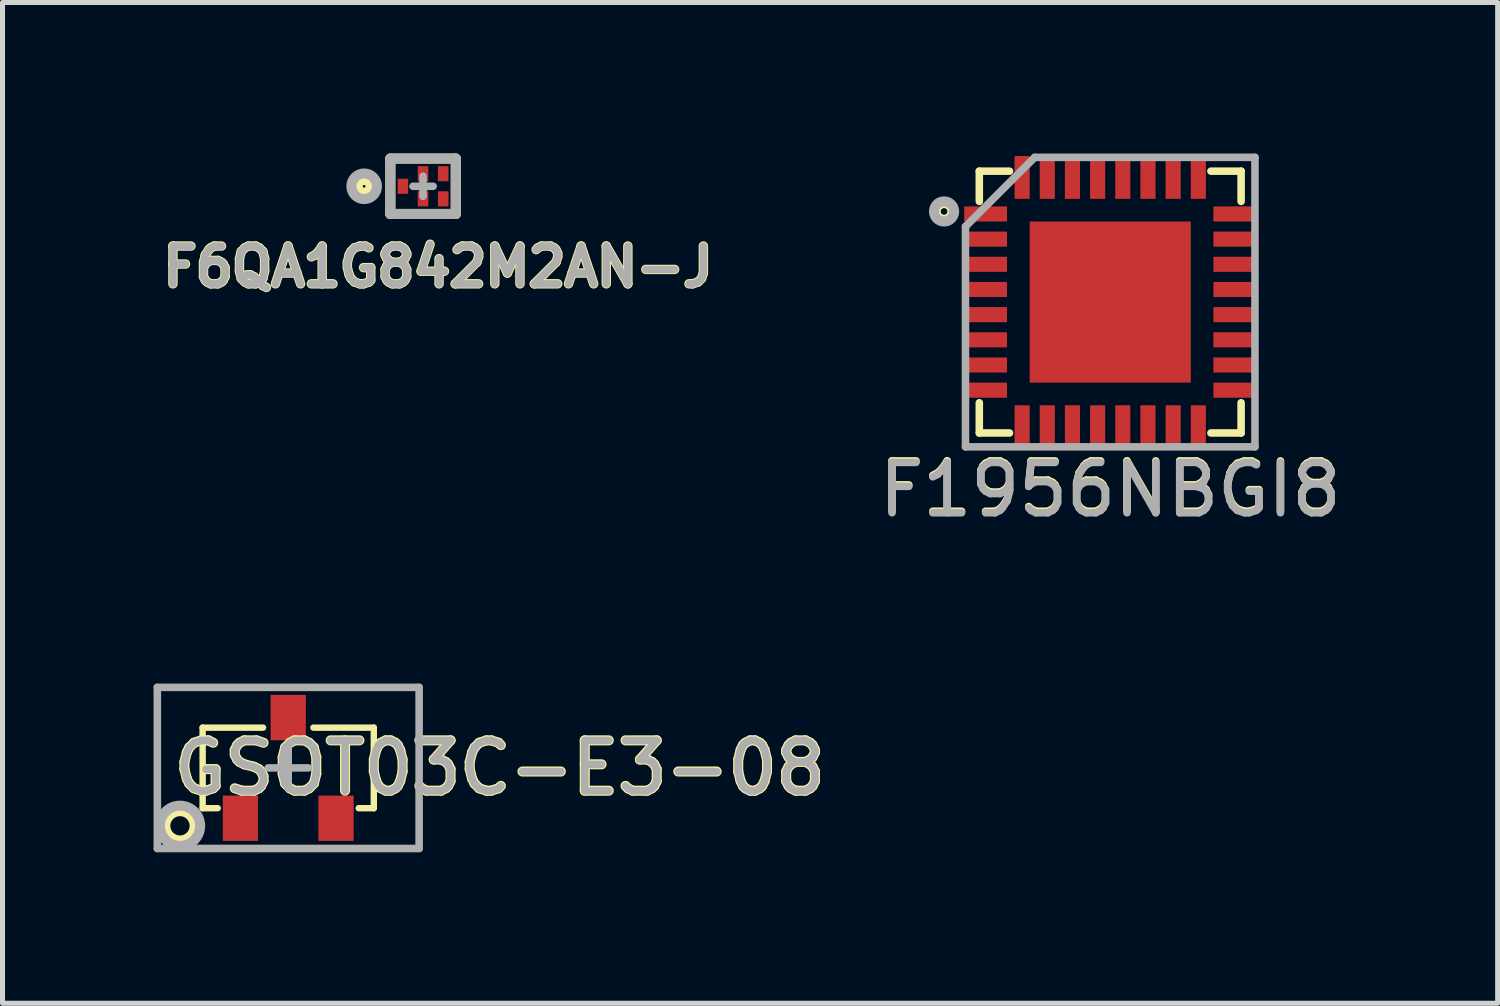
<source format=kicad_pcb>
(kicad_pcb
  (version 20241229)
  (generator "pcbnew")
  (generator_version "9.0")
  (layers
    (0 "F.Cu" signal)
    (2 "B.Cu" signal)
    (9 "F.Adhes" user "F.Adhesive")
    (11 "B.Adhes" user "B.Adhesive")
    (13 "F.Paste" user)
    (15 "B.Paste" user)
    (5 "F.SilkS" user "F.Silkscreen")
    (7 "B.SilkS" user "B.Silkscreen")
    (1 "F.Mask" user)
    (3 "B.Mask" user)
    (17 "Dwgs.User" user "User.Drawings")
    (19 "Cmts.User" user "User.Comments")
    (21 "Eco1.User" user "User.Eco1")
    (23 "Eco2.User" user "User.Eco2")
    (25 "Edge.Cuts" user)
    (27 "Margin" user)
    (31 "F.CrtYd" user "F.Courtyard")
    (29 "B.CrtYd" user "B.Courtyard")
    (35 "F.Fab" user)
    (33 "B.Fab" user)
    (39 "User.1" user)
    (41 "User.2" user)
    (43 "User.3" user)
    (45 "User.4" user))
  (footprint "F1956NBGI8"
    (layer "F.Cu")
    (at 19.002 2.95)
    (property "Reference" "F1956NBGI8" (at 0 3.7 0) (layer "F.SilkS") (effects (font (size 1 1) (thickness 0.15))))
    (attr smd)
    (fp_line (start -2.6 -2) (end -2.6 -2.6) (stroke (width 0.15) (type solid)) (layer "F.SilkS"))
    (fp_line (start -2.6 2.6) (end -2.6 2) (stroke (width 0.15) (type solid)) (layer "F.SilkS"))
    (fp_line (start -2 -2.6) (end -2.6 -2.6) (stroke (width 0.15) (type solid)) (layer "F.SilkS"))
    (fp_line (start -2 2.6) (end -2.6 2.6) (stroke (width 0.15) (type solid)) (layer "F.SilkS"))
    (fp_line (start 2.6 -2.6) (end 2 -2.6) (stroke (width 0.15) (type solid)) (layer "F.SilkS"))
    (fp_line (start 2.6 -2) (end 2.6 -2.6) (stroke (width 0.15) (type solid)) (layer "F.SilkS"))
    (fp_line (start 2.6 2.6) (end 2 2.6) (stroke (width 0.15) (type solid)) (layer "F.SilkS"))
    (fp_line (start 2.6 2.6) (end 2.6 2) (stroke (width 0.15) (type solid)) (layer "F.SilkS"))
    (fp_circle (center -3.3 -1.8) (end -3.4 -1.9) (stroke (width 0.15) (type solid)) (fill no) (layer "F.SilkS"))
    (fp_line (start -2.875 -1.5) (end -1.5 -2.875) (stroke (width 0.15) (type solid)) (layer "F.Fab"))
    (fp_line (start -2.875 2.875) (end -2.875 -1.5) (stroke (width 0.15) (type solid)) (layer "F.Fab"))
    (fp_line (start -1.5 -2.875) (end 2.875 -2.875) (stroke (width 0.15) (type solid)) (layer "F.Fab"))
    (fp_line (start 2.875 -2.875) (end 2.875 2.875) (stroke (width 0.15) (type solid)) (layer "F.Fab"))
    (fp_line (start 2.875 2.875) (end -2.875 2.875) (stroke (width 0.15) (type solid)) (layer "F.Fab"))
    (fp_circle (center -3.3 -1.8) (end -3.3 -2) (stroke (width 0.2) (type solid)) (fill no) (layer "F.Fab"))
    (fp_text user "${REFERENCE}" (at 0 3.73 0) (layer "F.Fab") (effects (font (size 1 1) (thickness 0.15))))
    (pad "1" smd rect (at -2.475 -1.75) (size 0.85 0.3) (layers "F.Cu" "F.Mask" "F.Paste"))
    (pad "2" smd rect (at -2.475 -1.25) (size 0.85 0.3) (layers "F.Cu" "F.Mask" "F.Paste"))
    (pad "3" smd rect (at -2.475 -0.75) (size 0.85 0.3) (layers "F.Cu" "F.Mask" "F.Paste"))
    (pad "4" smd rect (at -2.475 -0.25) (size 0.85 0.3) (layers "F.Cu" "F.Mask" "F.Paste"))
    (pad "5" smd rect (at -2.475 0.25) (size 0.85 0.3) (layers "F.Cu" "F.Mask" "F.Paste"))
    (pad "6" smd rect (at -2.475 0.75) (size 0.85 0.3) (layers "F.Cu" "F.Mask" "F.Paste"))
    (pad "7" smd rect (at -2.475 1.25) (size 0.85 0.3) (layers "F.Cu" "F.Mask" "F.Paste"))
    (pad "8" smd rect (at -2.475 1.75) (size 0.85 0.3) (layers "F.Cu" "F.Mask" "F.Paste"))
    (pad "9" smd rect (at -1.75 2.475) (size 0.3 0.85) (layers "F.Cu" "F.Mask" "F.Paste"))
    (pad "10" smd rect (at -1.25 2.475) (size 0.3 0.85) (layers "F.Cu" "F.Mask" "F.Paste"))
    (pad "11" smd rect (at -0.75 2.475) (size 0.3 0.85) (layers "F.Cu" "F.Mask" "F.Paste"))
    (pad "12" smd rect (at -0.25 2.475) (size 0.3 0.85) (layers "F.Cu" "F.Mask" "F.Paste"))
    (pad "13" smd rect (at 0.25 2.475) (size 0.3 0.85) (layers "F.Cu" "F.Mask" "F.Paste"))
    (pad "14" smd rect (at 0.75 2.475) (size 0.3 0.85) (layers "F.Cu" "F.Mask" "F.Paste"))
    (pad "15" smd rect (at 1.25 2.475) (size 0.3 0.85) (layers "F.Cu" "F.Mask" "F.Paste"))
    (pad "16" smd rect (at 1.75 2.475) (size 0.3 0.85) (layers "F.Cu" "F.Mask" "F.Paste"))
    (pad "17" smd rect (at 2.475 1.75) (size 0.85 0.3) (layers "F.Cu" "F.Mask" "F.Paste"))
    (pad "18" smd rect (at 2.475 1.25) (size 0.85 0.3) (layers "F.Cu" "F.Mask" "F.Paste"))
    (pad "19" smd rect (at 2.475 0.75) (size 0.85 0.3) (layers "F.Cu" "F.Mask" "F.Paste"))
    (pad "20" smd rect (at 2.475 0.25) (size 0.85 0.3) (layers "F.Cu" "F.Mask" "F.Paste"))
    (pad "21" smd rect (at 2.475 -0.25) (size 0.85 0.3) (layers "F.Cu" "F.Mask" "F.Paste"))
    (pad "22" smd rect (at 2.475 -0.75) (size 0.85 0.3) (layers "F.Cu" "F.Mask" "F.Paste"))
    (pad "23" smd rect (at 2.475 -1.25) (size 0.85 0.3) (layers "F.Cu" "F.Mask" "F.Paste"))
    (pad "24" smd rect (at 2.475 -1.75) (size 0.85 0.3) (layers "F.Cu" "F.Mask" "F.Paste"))
    (pad "25" smd rect (at 1.75 -2.475) (size 0.3 0.85) (layers "F.Cu" "F.Mask" "F.Paste"))
    (pad "26" smd rect (at 1.25 -2.475) (size 0.3 0.85) (layers "F.Cu" "F.Mask" "F.Paste"))
    (pad "27" smd rect (at 0.75 -2.475) (size 0.3 0.85) (layers "F.Cu" "F.Mask" "F.Paste"))
    (pad "28" smd rect (at 0.25 -2.475) (size 0.3 0.85) (layers "F.Cu" "F.Mask" "F.Paste"))
    (pad "29" smd rect (at -0.25 -2.475) (size 0.3 0.85) (layers "F.Cu" "F.Mask" "F.Paste"))
    (pad "30" smd rect (at -0.75 -2.475) (size 0.3 0.85) (layers "F.Cu" "F.Mask" "F.Paste"))
    (pad "31" smd rect (at -1.25 -2.475) (size 0.3 0.85) (layers "F.Cu" "F.Mask" "F.Paste"))
    (pad "32" smd rect (at -1.75 -2.475) (size 0.3 0.85) (layers "F.Cu" "F.Mask" "F.Paste"))
    (pad "33" smd rect (at 0 0 90) (size 3.2 3.2) (layers "F.Cu" "F.Mask" "F.Paste")))
  (footprint "F6QA1G842M2AN-J"
    (layer "F.Cu")
    (at 5.353 0.65)
    (property "Reference" "F6QA1G842M2AN-J" (at 0.3 1.6 0) (layer "F.SilkS") (effects (font (size 0.75 0.75) (thickness 0.188))))
    (attr through_hole)
    (fp_line (start -0.65 -0.55) (end -0.65 0.55) (stroke (width 0.2) (type solid)) (layer "F.SilkS"))
    (fp_line (start -0.65 -0.55) (end 0.65 -0.55) (stroke (width 0.2) (type solid)) (layer "F.SilkS"))
    (fp_line (start -0.65 0.55) (end 0.65 0.55) (stroke (width 0.2) (type solid)) (layer "F.SilkS"))
    (fp_line (start 0.65 -0.55) (end 0.65 0.55) (stroke (width 0.2) (type solid)) (layer "F.SilkS"))
    (fp_circle (center -1.17 0) (end -1.043 0) (stroke (width 0.2) (type solid)) (fill no) (layer "F.SilkS"))
    (fp_line (start -0.65 -0.55) (end -0.65 0.55) (stroke (width 0.2) (type solid)) (layer "F.Fab"))
    (fp_line (start -0.65 -0.55) (end 0.65 -0.55) (stroke (width 0.2) (type solid)) (layer "F.Fab"))
    (fp_line (start -0.65 0.55) (end 0.65 0.55) (stroke (width 0.2) (type solid)) (layer "F.Fab"))
    (fp_line (start -0.2 0) (end 0.2 0) (stroke (width 0.15) (type solid)) (layer "F.Fab"))
    (fp_line (start 0 -0.2) (end 0 0.2) (stroke (width 0.15) (type solid)) (layer "F.Fab"))
    (fp_line (start 0.65 -0.55) (end 0.65 0.55) (stroke (width 0.2) (type solid)) (layer "F.Fab"))
    (fp_circle (center -1.17 0) (end -1.424 0) (stroke (width 0.2) (type solid)) (fill no) (layer "F.Fab"))
    (fp_text user "${REFERENCE}" (at 0.3 1.6 0) (layer "F.Fab") (effects (font (size 0.75 0.75) (thickness 0.15))))
    (pad "1" smd rect (at -0.4 0) (size 0.21 0.3) (layers "F.Cu" "F.Mask" "F.Paste"))
    (pad "2" smd rect (at 0 0.25) (size 0.21 0.3) (layers "F.Cu" "F.Mask" "F.Paste"))
    (pad "3" smd rect (at 0.4 0.25) (size 0.21 0.3) (layers "F.Cu" "F.Mask" "F.Paste"))
    (pad "4" smd rect (at 0.4 -0.25) (size 0.21 0.3) (layers "F.Cu" "F.Mask" "F.Paste"))
    (pad "5" smd rect (at 0 -0.25) (size 0.21 0.3) (layers "F.Cu" "F.Mask" "F.Paste")))
  (footprint "GSOT03C-E3-08"
    (layer "F.Cu")
    (at 2.675 12.203)
    (property "Reference" "GSOT03C-E3-08" (at 4.2 0 0) (layer "F.SilkS") (effects (font (size 1 1) (thickness 0.2))))
    (attr smd)
    (fp_line (start -1.7 -0.8) (end -1.7 0.8) (stroke (width 0.127) (type solid)) (layer "F.SilkS"))
    (fp_line (start -1.7 0.8) (end -1.4 0.8) (stroke (width 0.127) (type solid)) (layer "F.SilkS"))
    (fp_line (start -0.5 -0.8) (end -1.7 -0.8) (stroke (width 0.127) (type solid)) (layer "F.SilkS"))
    (fp_line (start 0.5 -0.8) (end 1.7 -0.8) (stroke (width 0.127) (type solid)) (layer "F.SilkS"))
    (fp_line (start 1.7 -0.8) (end 1.7 0.8) (stroke (width 0.127) (type solid)) (layer "F.SilkS"))
    (fp_line (start 1.7 0.8) (end 1.4 0.8) (stroke (width 0.127) (type solid)) (layer "F.SilkS"))
    (fp_circle (center -2.15 1.15) (end -1.9 1.3) (stroke (width 0.2) (type solid)) (fill no) (layer "F.SilkS"))
    (fp_line (start -2.6 -1.6) (end 2.6 -1.6) (stroke (width 0.15) (type solid)) (layer "F.Fab"))
    (fp_line (start -2.6 1.6) (end -2.6 -1.6) (stroke (width 0.15) (type solid)) (layer "F.Fab"))
    (fp_line (start -0.4 0) (end 0.4 0) (stroke (width 0.15) (type solid)) (layer "F.Fab"))
    (fp_line (start 0 -0.4) (end 0 0.4) (stroke (width 0.15) (type solid)) (layer "F.Fab"))
    (fp_line (start 2.6 -1.6) (end 2.6 1.6) (stroke (width 0.15) (type solid)) (layer "F.Fab"))
    (fp_line (start 2.6 1.6) (end -2.6 1.6) (stroke (width 0.15) (type solid)) (layer "F.Fab"))
    (fp_circle (center -2.15 1.15) (end -1.75 1.15) (stroke (width 0.2) (type solid)) (fill no) (layer "F.Fab"))
    (fp_text user "${REFERENCE}" (at 4.2 0 0) (layer "F.Fab") (effects (font (size 1 1) (thickness 0.15))))
    (pad "1" smd rect (at -0.95 1) (size 0.7 0.9) (layers "F.Cu" "F.Mask" "F.Paste"))
    (pad "2" smd rect (at 0.95 1) (size 0.7 0.9) (layers "F.Cu" "F.Mask" "F.Paste"))
    (pad "3" smd rect (at 0 -1) (size 0.7 0.9) (layers "F.Cu" "F.Mask" "F.Paste")))
  (gr_rect
    (start -3 -3)
    (end 26.698 16.878)
    (stroke (width 0.1) (type default))
    (fill no)
    (layer "Edge.Cuts")))
</source>
